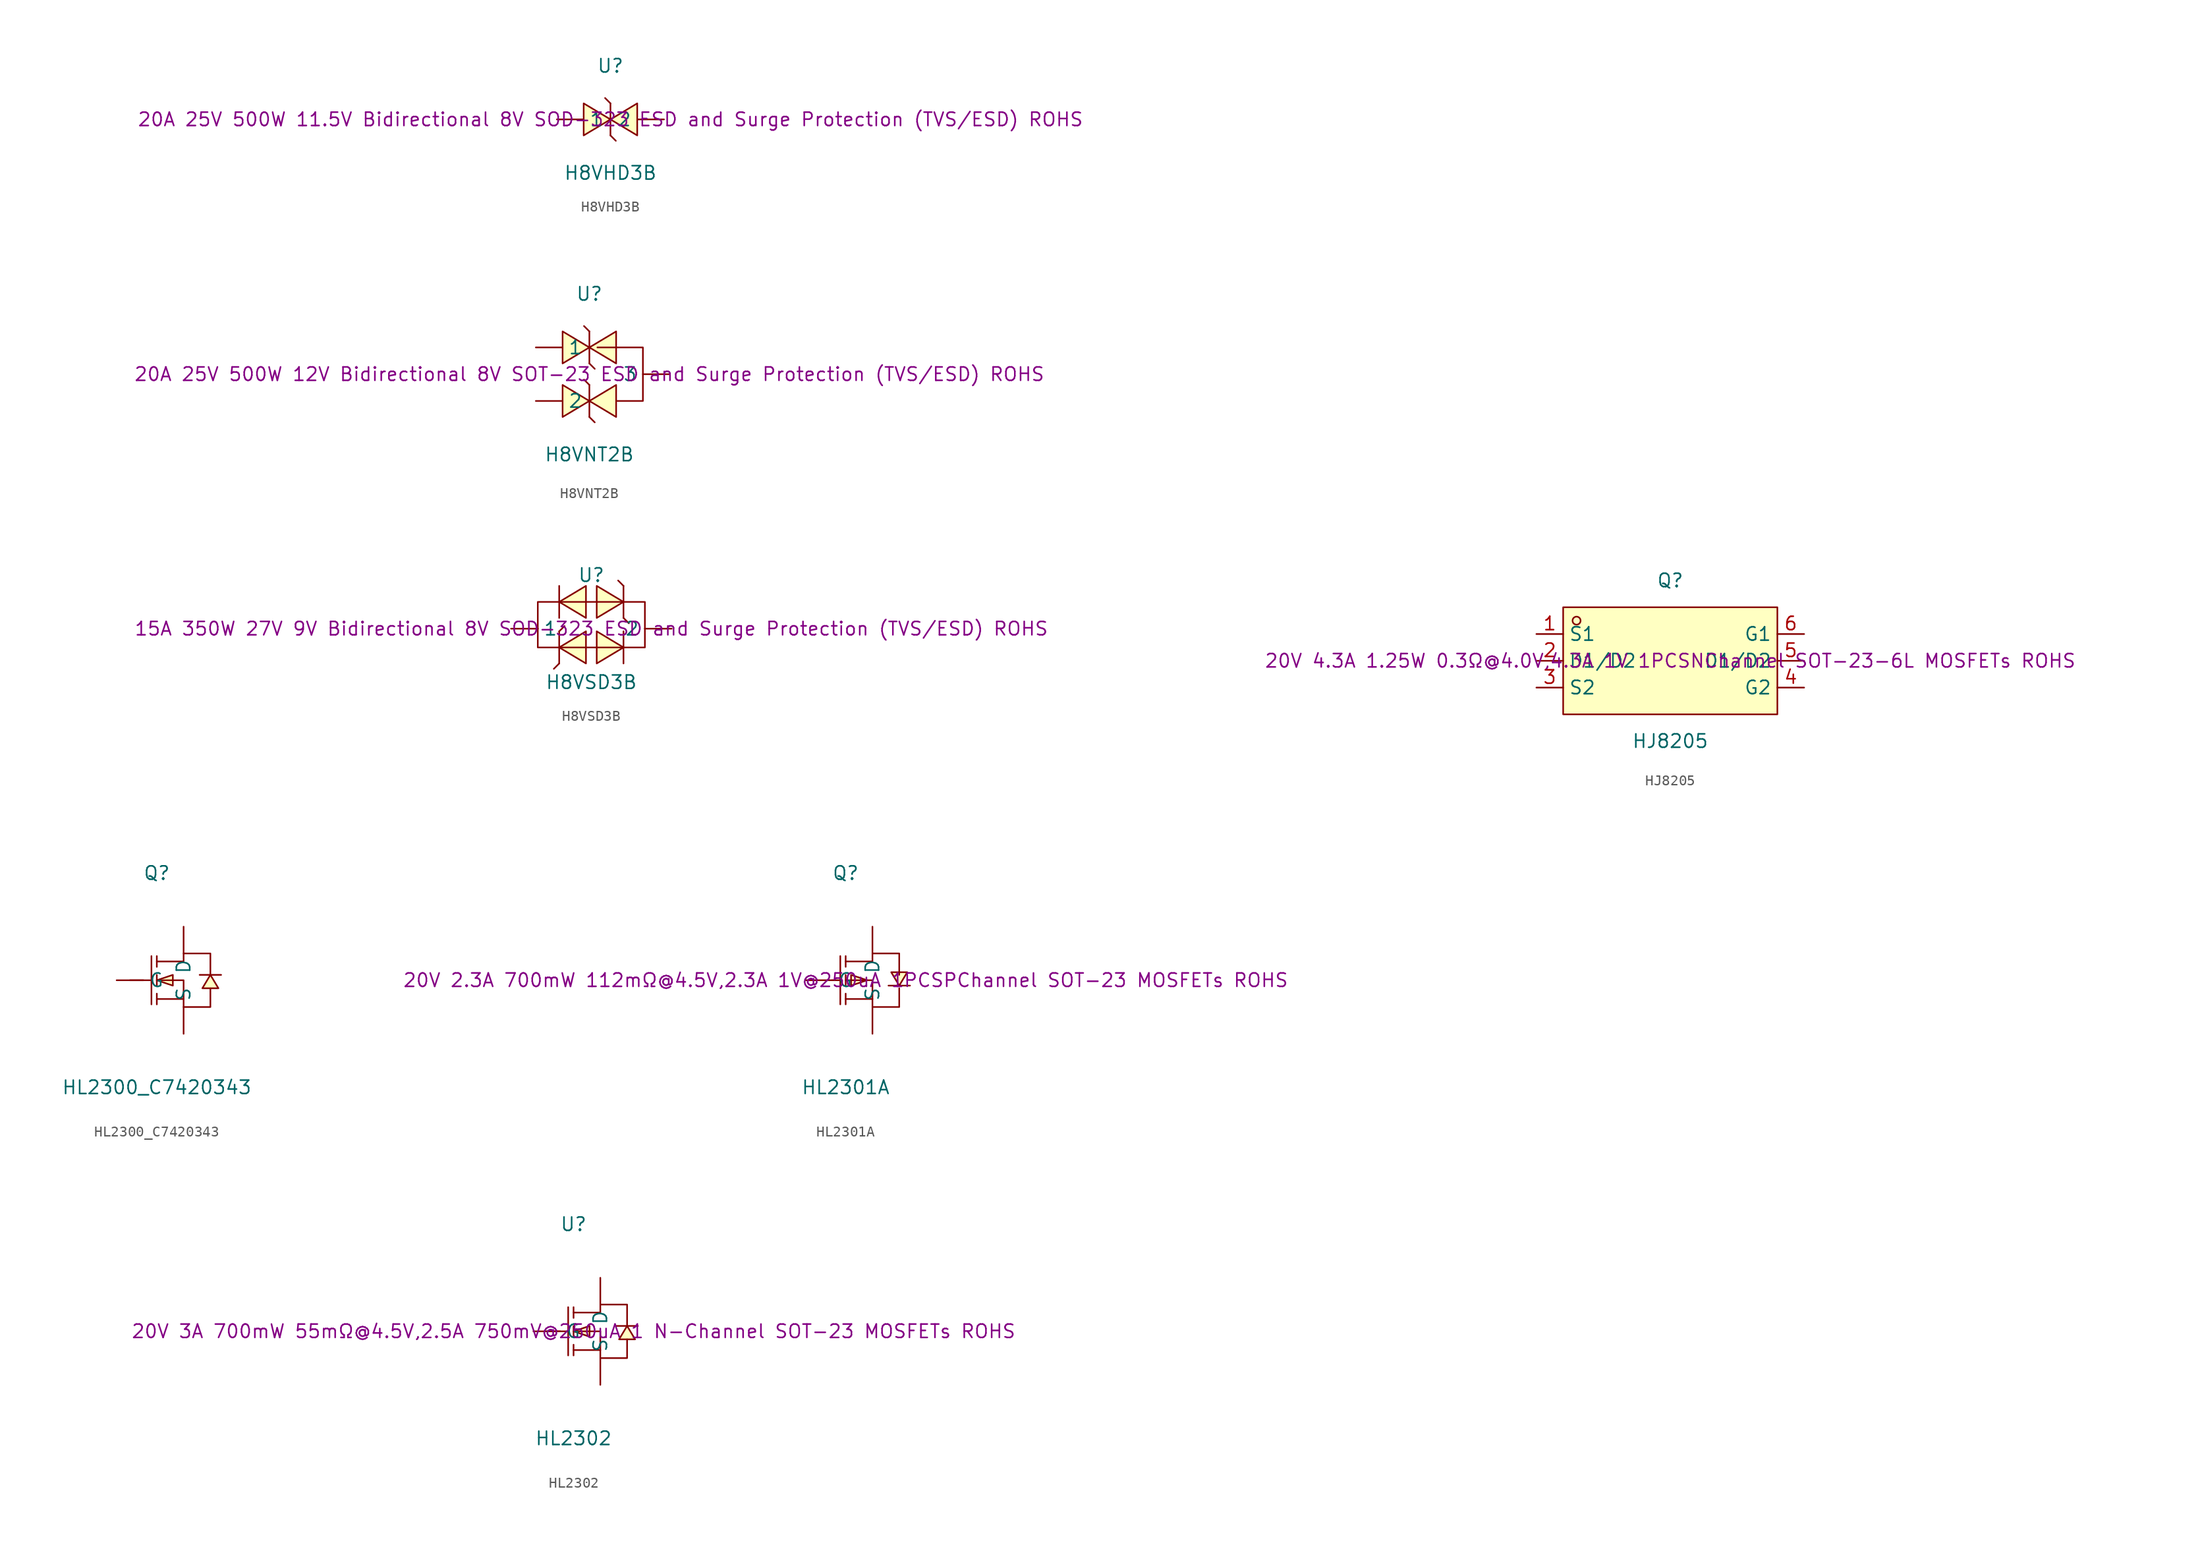
<source format=kicad_sym>
(kicad_symbol_lib
  (version 20241209)
  (generator "kicad_symbol_editor")
  (generator_version "9.0")
  (symbol "H8VHD3B"
    (pin_numbers
      (hide yes))
    (property "Reference" "U"
      (at 0 5.08 0)
      (effects (font (size 1.27 1.27))))
    (property "Value" "H8VHD3B"
      (at 0 -5.08 0)
      (effects (font (size 1.27 1.27))))
    (property "Description" "20A 25V 500W 11.5V Bidirectional 8V SOD-323 ESD and Surge Protection (TVS/ESD) ROHS"
      (at 0 0 0)
      (effects (font (size 1.27 1.27))))
    (symbol "H8VHD3B_0_1"
      (polyline (pts (xy -2.54 1.52) (xy 0 0) (xy -2.54 -1.52) (xy -2.54 1.52)) (stroke (width 0) (type default)) (fill (type background)))
      (polyline (pts (xy 0 1.52) (xy -0.51 2.03) (xy 0 1.52)) (stroke (width 0) (type default)) (fill (type background)))
      (polyline (pts (xy 0 -1.52) (xy 0 1.52)) (stroke (width 0) (type default)) (fill (type none)))
      (polyline (pts (xy 0 -1.52) (xy 0.51 -2.03) (xy 0 -1.52)) (stroke (width 0) (type default)) (fill (type background)))
      (polyline (pts (xy 2.54 1.52) (xy 0 0) (xy 2.54 -1.52) (xy 2.54 1.52)) (stroke (width 0) (type default)) (fill (type background)))
      (pin unspecified line (at -5.08 0 0) (length 2.54) (name "1" (effects (font (size 1.27 1.27)))) (number "1" (effects (font (size 1.27 1.27)))))
      (pin unspecified line (at 5.08 0 180) (length 2.54) (name "2" (effects (font (size 1.27 1.27)))) (number "2" (effects (font (size 1.27 1.27)))))))
  (symbol "H8VNT2B"
    (pin_numbers
      (hide yes))
    (property "Reference" "U"
      (at 0 7.62 0)
      (effects (font (size 1.27 1.27))))
    (property "Value" "H8VNT2B"
      (at 0 -7.62 0)
      (effects (font (size 1.27 1.27))))
    (property "Description" "20A 25V 500W 12V Bidirectional 8V SOT-23 ESD and Surge Protection (TVS/ESD) ROHS"
      (at 0 0 0)
      (effects (font (size 1.27 1.27))))
    (symbol "H8VNT2B_0_1"
      (polyline (pts (xy -2.54 4.06) (xy 0 2.54) (xy -2.54 1.02) (xy -2.54 4.06)) (stroke (width 0) (type default)) (fill (type background)))
      (polyline (pts (xy -2.54 -1.02) (xy 0 -2.54) (xy -2.54 -4.06) (xy -2.54 -1.02)) (stroke (width 0) (type default)) (fill (type background)))
      (polyline (pts (xy 0 4.06) (xy -0.51 4.57) (xy 0 4.06)) (stroke (width 0) (type default)) (fill (type background)))
      (polyline (pts (xy 0 1.02) (xy 0 4.06)) (stroke (width 0) (type default)) (fill (type none)))
      (polyline (pts (xy 0 1.02) (xy 0.51 0.51) (xy 0 1.02)) (stroke (width 0) (type default)) (fill (type background)))
      (polyline (pts (xy 0 -1.02) (xy -0.51 -0.51) (xy 0 -1.02)) (stroke (width 0) (type default)) (fill (type background)))
      (polyline (pts (xy 0 -4.06) (xy 0 -1.02)) (stroke (width 0) (type default)) (fill (type none)))
      (polyline (pts (xy 0 -4.06) (xy 0.51 -4.57) (xy 0 -4.06)) (stroke (width 0) (type default)) (fill (type background)))
      (polyline (pts (xy 2.54 4.06) (xy 0 2.54) (xy 2.54 1.02) (xy 2.54 4.06)) (stroke (width 0) (type default)) (fill (type background)))
      (polyline (pts (xy 2.54 -1.02) (xy 0 -2.54) (xy 2.54 -4.06) (xy 2.54 -1.02)) (stroke (width 0) (type default)) (fill (type background)))
      (polyline (pts (xy 2.54 -2.54) (xy 5.08 -2.54) (xy 5.08 0) (xy 5.08 2.54) (xy 0.76 2.54)) (stroke (width 0) (type default)) (fill (type none)))
      (pin unspecified line (at -5.08 2.54 0) (length 2.54) (name "1" (effects (font (size 1.27 1.27)))) (number "1" (effects (font (size 1.27 1.27)))))
      (pin unspecified line (at -5.08 -2.54 0) (length 2.54) (name "2" (effects (font (size 1.27 1.27)))) (number "2" (effects (font (size 1.27 1.27)))))
      (pin unspecified line (at 7.62 0 180) (length 2.54) (name "3" (effects (font (size 1.27 1.27)))) (number "3" (effects (font (size 1.27 1.27)))))))
  (symbol "H8VSD3B"
    (pin_numbers
      (hide yes))
    (property "Reference" "U"
      (at 0 5.08 0)
      (effects (font (size 1.27 1.27))))
    (property "Value" "H8VSD3B"
      (at 0 -5.08 0)
      (effects (font (size 1.27 1.27))))
    (property "Description" "15A 350W 27V 9V Bidirectional 8V SOD-323 ESD and Surge Protection (TVS/ESD) ROHS"
      (at 0 0 0)
      (effects (font (size 1.27 1.27))))
    (symbol "H8VSD3B_0_1"
      (polyline (pts (xy -5.08 0) (xy -5.08 -1.78) (xy 5.08 -1.78) (xy 5.08 0)) (stroke (width 0) (type default)) (fill (type none)))
      (polyline (pts (xy -3.05 1.02) (xy -3.05 4.06)) (stroke (width 0) (type default)) (fill (type none)))
      (polyline (pts (xy -3.05 -0.25) (xy -2.54 0.25) (xy -3.05 -0.25)) (stroke (width 0) (type default)) (fill (type background)))
      (polyline (pts (xy -3.05 -3.3) (xy -3.05 -0.25)) (stroke (width 0) (type default)) (fill (type none)))
      (polyline (pts (xy -3.05 -3.3) (xy -3.56 -3.81) (xy -3.05 -3.3)) (stroke (width 0) (type default)) (fill (type background)))
      (polyline (pts (xy -0.51 4.06) (xy -3.05 2.54) (xy -0.51 1.02) (xy -0.51 4.06)) (stroke (width 0) (type default)) (fill (type background)))
      (polyline (pts (xy -0.51 -0.25) (xy -3.05 -1.78) (xy -0.51 -3.3) (xy -0.51 -0.25)) (stroke (width 0) (type default)) (fill (type background)))
      (polyline (pts (xy 0.51 4.06) (xy 3.05 2.54) (xy 0.51 1.02) (xy 0.51 4.06)) (stroke (width 0) (type default)) (fill (type background)))
      (polyline (pts (xy 0.51 -0.25) (xy 3.05 -1.78) (xy 0.51 -3.3) (xy 0.51 -0.25)) (stroke (width 0) (type default)) (fill (type background)))
      (polyline (pts (xy 3.05 4.06) (xy 2.54 4.57) (xy 3.05 4.06)) (stroke (width 0) (type default)) (fill (type background)))
      (polyline (pts (xy 3.05 1.02) (xy 3.05 4.06)) (stroke (width 0) (type default)) (fill (type none)))
      (polyline (pts (xy 3.05 1.02) (xy 3.56 0.51) (xy 3.05 1.02)) (stroke (width 0) (type default)) (fill (type background)))
      (polyline (pts (xy 3.05 -3.3) (xy 3.05 -0.25)) (stroke (width 0) (type default)) (fill (type none)))
      (polyline (pts (xy 5.08 0) (xy 5.08 2.54) (xy -5.08 2.54) (xy -5.08 0)) (stroke (width 0) (type default)) (fill (type none)))
      (pin unspecified line (at -7.62 0 0) (length 2.54) (name "1" (effects (font (size 1.27 1.27)))) (number "1" (effects (font (size 1.27 1.27)))))
      (pin unspecified line (at 7.62 0 180) (length 2.54) (name "2" (effects (font (size 1.27 1.27)))) (number "2" (effects (font (size 1.27 1.27)))))))
  (symbol "HJ8205"
    (property "Reference" "Q"
      (at 0 7.62 0)
      (effects (font (size 1.27 1.27))))
    (property "Value" "HJ8205"
      (at 0 -7.62 0)
      (effects (font (size 1.27 1.27))))
    (property "Description" "20V 4.3A 1.25W 0.3Ω@4.0V,4.3A 1V 1PCSNChannel SOT-23-6L MOSFETs ROHS"
      (at 0 0 0)
      (effects (font (size 1.27 1.27))))
    (symbol "HJ8205_0_1"
      (rectangle (start -10.16 5.08) (end 10.16 -5.08) (stroke (width 0) (type default)) (fill (type background)))
      (circle (center -8.89 3.81) (radius 0.38) (stroke (width 0) (type default)) (fill (type none)))
      (pin unspecified line (at -12.7 2.54 0) (length 2.54) (name "S1" (effects (font (size 1.27 1.27)))) (number "1" (effects (font (size 1.27 1.27)))))
      (pin unspecified line (at -12.7 0 0) (length 2.54) (name "D1/D2" (effects (font (size 1.27 1.27)))) (number "2" (effects (font (size 1.27 1.27)))))
      (pin unspecified line (at -12.7 -2.54 0) (length 2.54) (name "S2" (effects (font (size 1.27 1.27)))) (number "3" (effects (font (size 1.27 1.27)))))
      (pin unspecified line (at 12.7 2.54 180) (length 2.54) (name "G1" (effects (font (size 1.27 1.27)))) (number "6" (effects (font (size 1.27 1.27)))))
      (pin unspecified line (at 12.7 0 180) (length 2.54) (name "D1/D2" (effects (font (size 1.27 1.27)))) (number "5" (effects (font (size 1.27 1.27)))))
      (pin unspecified line (at 12.7 -2.54 180) (length 2.54) (name "G2" (effects (font (size 1.27 1.27)))) (number "4" (effects (font (size 1.27 1.27)))))))
  (symbol "HL2300_C7420343"
    (pin_numbers
      (hide yes))
    (property "Reference" "Q"
      (at 0 10.16 0)
      (effects (font (size 1.27 1.27))))
    (property "Value" "HL2300_C7420343"
      (at 0 -10.16 0)
      (effects (font (size 1.27 1.27))))
    (symbol "HL2300_C7420343_0_1"
      (polyline (pts (xy -2.54 0) (xy -0.51 0)) (stroke (width 0) (type default)) (fill (type none)))
      (polyline (pts (xy -0.51 2.29) (xy -0.51 -2.29)) (stroke (width 0) (type default)) (fill (type none)))
      (polyline (pts (xy 0 2.29) (xy 0 1.27)) (stroke (width 0) (type default)) (fill (type none)))
      (polyline (pts (xy 0 1.78) (xy 2.54 1.78) (xy 2.54 2.54) (xy 5.08 2.54) (xy 5.08 0.51)) (stroke (width 0) (type default)) (fill (type none)))
      (polyline (pts (xy 0 0) (xy 1.52 -0.51) (xy 1.52 0.51) (xy 0 0)) (stroke (width 0) (type default)) (fill (type background)))
      (polyline (pts (xy 0 0) (xy 2.54 0) (xy 2.54 -2.54) (xy 5.08 -2.54) (xy 5.08 -0.76)) (stroke (width 0) (type default)) (fill (type none)))
      (polyline (pts (xy 0 -0.51) (xy 0 0.51)) (stroke (width 0) (type default)) (fill (type none)))
      (polyline (pts (xy 0 -2.29) (xy 0 -1.27)) (stroke (width 0) (type default)) (fill (type none)))
      (polyline (pts (xy 2.54 -1.78) (xy 0 -1.78)) (stroke (width 0) (type default)) (fill (type none)))
      (polyline (pts (xy 5.08 0.51) (xy 4.32 -0.76) (xy 5.84 -0.76) (xy 5.08 0.51)) (stroke (width 0) (type default)) (fill (type background)))
      (polyline (pts (xy 6.1 0.51) (xy 5.59 0.51) (xy 4.57 0.51) (xy 4.06 0.51)) (stroke (width 0) (type default)) (fill (type none)))
      (pin unspecified line (at -3.81 0 0) (length 2.54) (name "G" (effects (font (size 1.27 1.27)))) (number "1" (effects (font (size 1.27 1.27)))))
      (pin unspecified line (at 2.54 5.08 270) (length 2.54) (name "D" (effects (font (size 1.27 1.27)))) (number "3" (effects (font (size 1.27 1.27)))))
      (pin unspecified line (at 2.54 -5.08 90) (length 2.54) (name "S" (effects (font (size 1.27 1.27)))) (number "2" (effects (font (size 1.27 1.27)))))))
  (symbol "HL2301A"
    (pin_numbers
      (hide yes))
    (property "Reference" "Q"
      (at 0 10.16 0)
      (effects (font (size 1.27 1.27))))
    (property "Value" "HL2301A"
      (at 0 -10.16 0)
      (effects (font (size 1.27 1.27))))
    (property "Description" "20V 2.3A 700mW 112mΩ@4.5V,2.3A 1V@250uA 1PCSPChannel SOT-23 MOSFETs ROHS"
      (at 0 0 0)
      (effects (font (size 1.27 1.27))))
    (symbol "HL2301A_0_1"
      (polyline (pts (xy -1.27 0) (xy -0.51 0)) (stroke (width 0) (type default)) (fill (type none)))
      (polyline (pts (xy -0.51 2.29) (xy -0.51 -2.29)) (stroke (width 0) (type default)) (fill (type none)))
      (polyline (pts (xy 0 2.29) (xy 0 1.27)) (stroke (width 0) (type default)) (fill (type none)))
      (polyline (pts (xy 0 1.78) (xy 2.54 1.78) (xy 2.54 2.54) (xy 5.08 2.54) (xy 5.08 0.51)) (stroke (width 0) (type default)) (fill (type none)))
      (polyline (pts (xy 0 0) (xy 2.54 0) (xy 2.54 -2.54) (xy 5.08 -2.54) (xy 5.08 -0.76)) (stroke (width 0) (type default)) (fill (type none)))
      (polyline (pts (xy 0 -0.51) (xy 0 0.51)) (stroke (width 0) (type default)) (fill (type none)))
      (polyline (pts (xy 0 -2.29) (xy 0 -1.27)) (stroke (width 0) (type default)) (fill (type none)))
      (polyline (pts (xy 2.03 0) (xy 0.51 0.51) (xy 0.51 -0.51) (xy 2.03 0)) (stroke (width 0) (type default)) (fill (type background)))
      (polyline (pts (xy 2.54 -1.78) (xy 0 -1.78)) (stroke (width 0) (type default)) (fill (type none)))
      (polyline (pts (xy 4.06 -0.51) (xy 4.57 -0.51) (xy 5.59 -0.51) (xy 6.1 -0.51)) (stroke (width 0) (type default)) (fill (type none)))
      (polyline (pts (xy 5.08 -0.51) (xy 5.84 0.76) (xy 4.32 0.76) (xy 5.08 -0.51)) (stroke (width 0) (type default)) (fill (type background)))
      (pin unspecified line (at -3.81 0 0) (length 2.54) (name "G" (effects (font (size 1.27 1.27)))) (number "1" (effects (font (size 1.27 1.27)))))
      (pin unspecified line (at 2.54 5.08 270) (length 2.54) (name "D" (effects (font (size 1.27 1.27)))) (number "3" (effects (font (size 1.27 1.27)))))
      (pin unspecified line (at 2.54 -5.08 90) (length 2.54) (name "S" (effects (font (size 1.27 1.27)))) (number "2" (effects (font (size 1.27 1.27)))))))
  (symbol "HL2302"
    (pin_numbers
      (hide yes))
    (property "Reference" "U"
      (at 0 10.16 0)
      (effects (font (size 1.27 1.27))))
    (property "Value" "HL2302"
      (at 0 -10.16 0)
      (effects (font (size 1.27 1.27))))
    (property "Description" "20V 3A 700mW 55mΩ@4.5V,2.5A 750mV@250uA 1 N-Channel SOT-23 MOSFETs ROHS"
      (at 0 0 0)
      (effects (font (size 1.27 1.27))))
    (symbol "HL2302_0_1"
      (polyline (pts (xy -2.54 0) (xy -0.51 0)) (stroke (width 0) (type default)) (fill (type none)))
      (polyline (pts (xy -0.51 2.29) (xy -0.51 -2.29)) (stroke (width 0) (type default)) (fill (type none)))
      (polyline (pts (xy 0 2.29) (xy 0 1.27)) (stroke (width 0) (type default)) (fill (type none)))
      (polyline (pts (xy 0 1.78) (xy 2.54 1.78) (xy 2.54 2.54) (xy 5.08 2.54) (xy 5.08 0.51)) (stroke (width 0) (type default)) (fill (type none)))
      (polyline (pts (xy 0 0) (xy 1.52 -0.51) (xy 1.52 0.51) (xy 0 0)) (stroke (width 0) (type default)) (fill (type background)))
      (polyline (pts (xy 0 0) (xy 2.54 0) (xy 2.54 -2.54) (xy 5.08 -2.54) (xy 5.08 -0.76)) (stroke (width 0) (type default)) (fill (type none)))
      (polyline (pts (xy 0 -0.51) (xy 0 0.51)) (stroke (width 0) (type default)) (fill (type none)))
      (polyline (pts (xy 0 -2.29) (xy 0 -1.27)) (stroke (width 0) (type default)) (fill (type none)))
      (polyline (pts (xy 2.54 -1.78) (xy 0 -1.78)) (stroke (width 0) (type default)) (fill (type none)))
      (polyline (pts (xy 5.08 0.51) (xy 4.32 -0.76) (xy 5.84 -0.76) (xy 5.08 0.51)) (stroke (width 0) (type default)) (fill (type background)))
      (polyline (pts (xy 6.1 0.51) (xy 5.59 0.51) (xy 4.57 0.51) (xy 4.06 0.51)) (stroke (width 0) (type default)) (fill (type none)))
      (pin unspecified line (at -3.81 0 0) (length 2.54) (name "G" (effects (font (size 1.27 1.27)))) (number "1" (effects (font (size 1.27 1.27)))))
      (pin unspecified line (at 2.54 5.08 270) (length 2.54) (name "D" (effects (font (size 1.27 1.27)))) (number "3" (effects (font (size 1.27 1.27)))))
      (pin unspecified line (at 2.54 -5.08 90) (length 2.54) (name "S" (effects (font (size 1.27 1.27)))) (number "2" (effects (font (size 1.27 1.27))))))))
</source>
